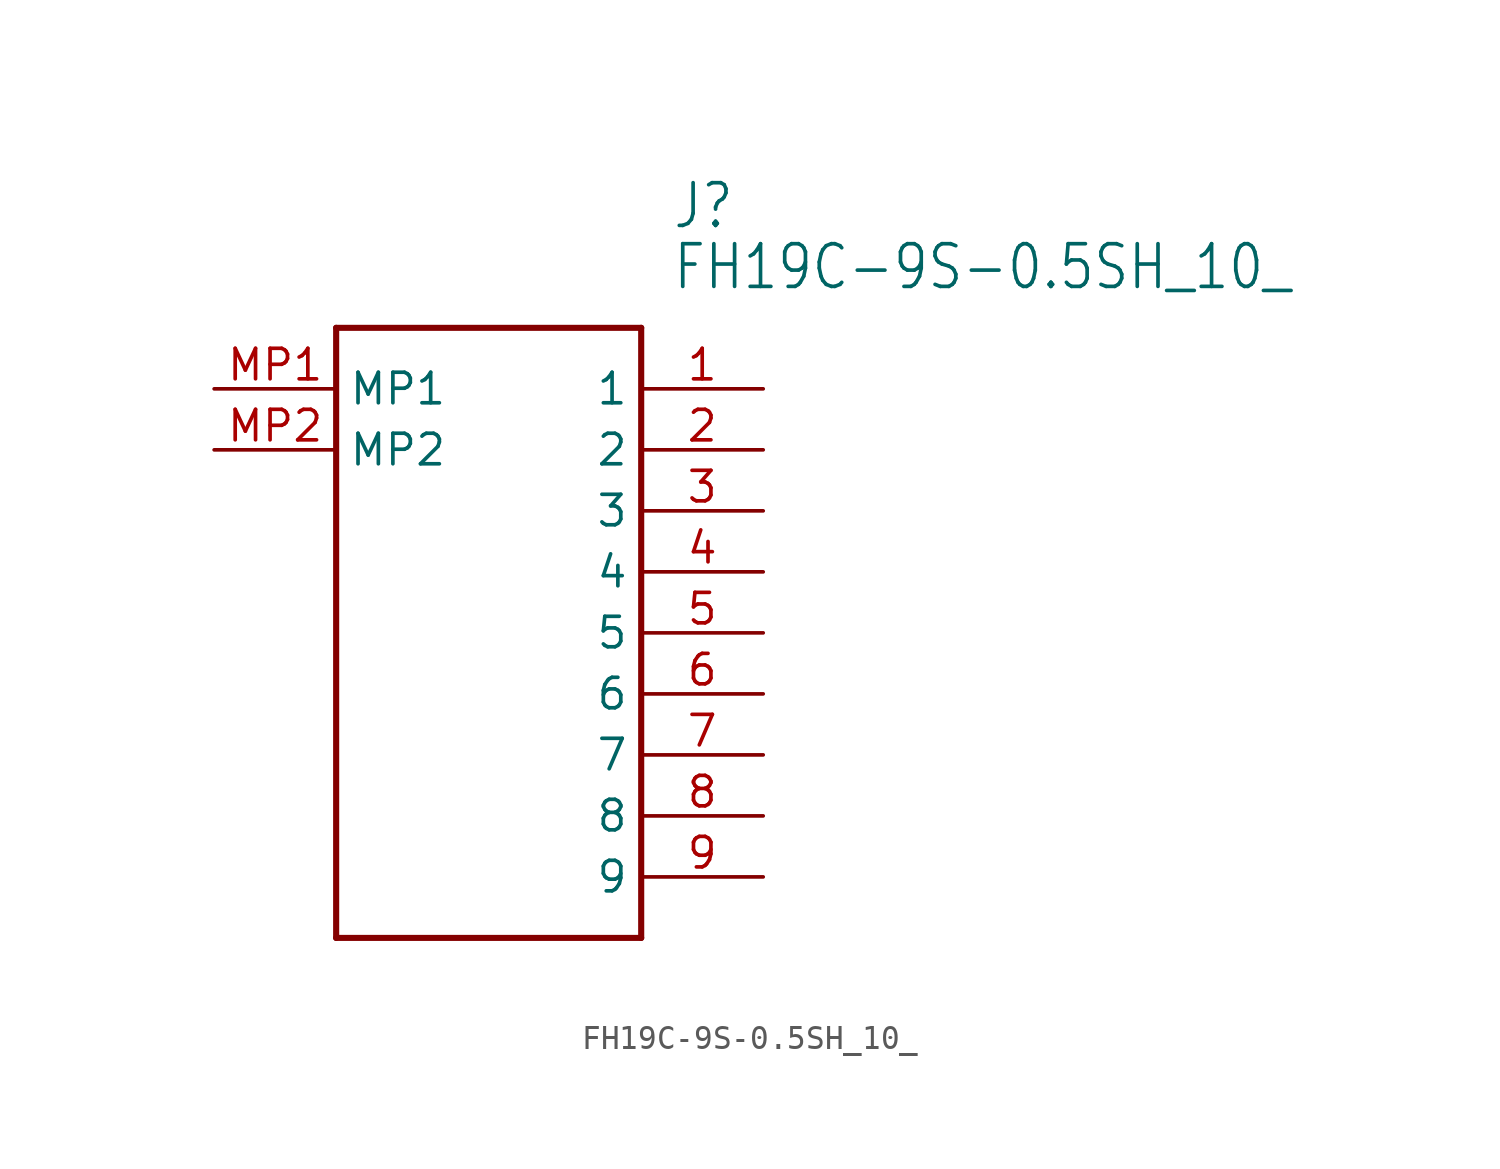
<source format=kicad_sym>
(kicad_symbol_lib
  (version 20211014)
  (generator kicad_symbol_editor)
  (symbol "FH19C-9S-0.5SH_10_"
    (property "Reference" "J"
      (at 19.05 7.62 0)
      (effects (font (size 1.778 1.511)) (justify left)))
    (property "Value" "FH19C-9S-0.5SH_10_"
      (at 19.05 5.08 0)
      (effects (font (size 1.778 1.511)) (justify left)))
    (property "ki_locked" ""
      (at 0 0 0)
      (effects (font (size 1.27 1.27))))
    (symbol "FH19C-9S-0.5SH_10__1_0"
      (polyline (pts (xy 5.08 2.54) (xy 5.08 -22.86)) (stroke (width 0.254) (type default) (color 0 0 0 0)) (fill (type none)))
      (polyline (pts (xy 5.08 2.54) (xy 17.78 2.54)) (stroke (width 0.254) (type default) (color 0 0 0 0)) (fill (type none)))
      (polyline (pts (xy 17.78 -22.86) (xy 5.08 -22.86)) (stroke (width 0.254) (type default) (color 0 0 0 0)) (fill (type none)))
      (polyline (pts (xy 17.78 -22.86) (xy 17.78 2.54)) (stroke (width 0.254) (type default) (color 0 0 0 0)) (fill (type none)))
      (pin bidirectional line (at 22.86 0 180) (length 5.08) (name "1" (effects (font (size 1.27 1.27)))) (number "1" (effects (font (size 1.27 1.27)))))
      (pin bidirectional line (at 22.86 -2.54 180) (length 5.08) (name "2" (effects (font (size 1.27 1.27)))) (number "2" (effects (font (size 1.27 1.27)))))
      (pin bidirectional line (at 22.86 -5.08 180) (length 5.08) (name "3" (effects (font (size 1.27 1.27)))) (number "3" (effects (font (size 1.27 1.27)))))
      (pin bidirectional line (at 22.86 -7.62 180) (length 5.08) (name "4" (effects (font (size 1.27 1.27)))) (number "4" (effects (font (size 1.27 1.27)))))
      (pin bidirectional line (at 22.86 -10.16 180) (length 5.08) (name "5" (effects (font (size 1.27 1.27)))) (number "5" (effects (font (size 1.27 1.27)))))
      (pin bidirectional line (at 22.86 -12.7 180) (length 5.08) (name "6" (effects (font (size 1.27 1.27)))) (number "6" (effects (font (size 1.27 1.27)))))
      (pin bidirectional line (at 22.86 -15.24 180) (length 5.08) (name "7" (effects (font (size 1.27 1.27)))) (number "7" (effects (font (size 1.27 1.27)))))
      (pin bidirectional line (at 22.86 -17.78 180) (length 5.08) (name "8" (effects (font (size 1.27 1.27)))) (number "8" (effects (font (size 1.27 1.27)))))
      (pin bidirectional line (at 22.86 -20.32 180) (length 5.08) (name "9" (effects (font (size 1.27 1.27)))) (number "9" (effects (font (size 1.27 1.27)))))
      (pin bidirectional line (at 0 0 0) (length 5.08) (name "MP1" (effects (font (size 1.27 1.27)))) (number "MP1" (effects (font (size 1.27 1.27)))))
      (pin bidirectional line (at 0 -2.54 0) (length 5.08) (name "MP2" (effects (font (size 1.27 1.27)))) (number "MP2" (effects (font (size 1.27 1.27))))))))
</source>
